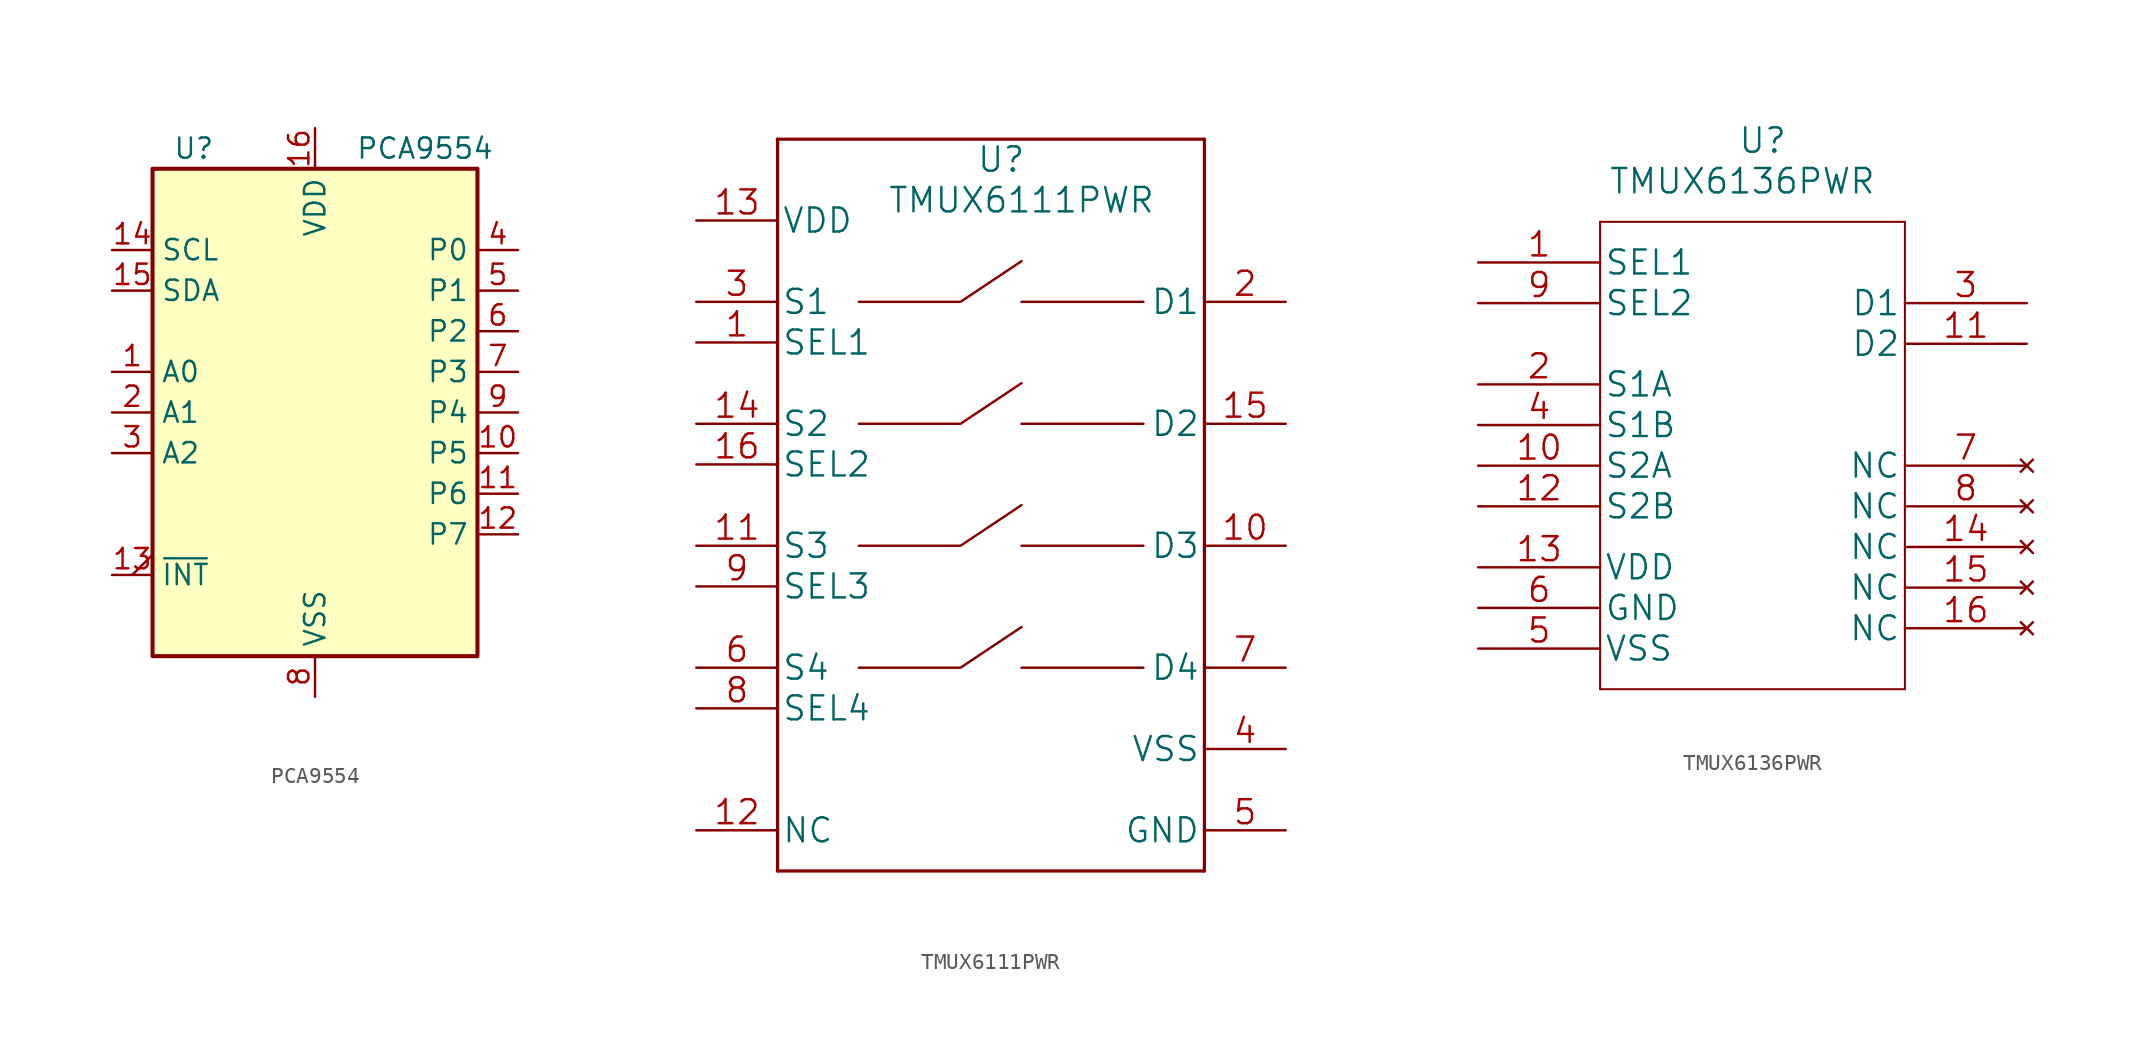
<source format=kicad_sym>
(kicad_symbol_lib
  (version 20211014)
  (generator kicad_symbol_editor)
  (symbol "PCA9554"
    (property "Reference" "U"
      (at -8.89 16.51 0)
      (effects (font (size 1.27 1.27)) (justify left)))
    (property "Value" "PCA9554"
      (at 2.54 16.51 0)
      (effects (font (size 1.27 1.27)) (justify left)))
    (symbol "PCA9554_0_1"
      (rectangle (start -10.16 15.24) (end 10.16 -15.24) (stroke (width 0.254) (type default) (color 0 0 0 0)) (fill (type background))))
    (symbol "PCA9554_1_1"
      (pin input line (at -12.7 2.54 0) (length 2.54) (name "A0" (effects (font (size 1.27 1.27)))) (number "1" (effects (font (size 1.27 1.27)))))
      (pin bidirectional line (at 12.7 -2.54 180) (length 2.54) (name "P5" (effects (font (size 1.27 1.27)))) (number "10" (effects (font (size 1.27 1.27)))))
      (pin bidirectional line (at 12.7 -5.08 180) (length 2.54) (name "P6" (effects (font (size 1.27 1.27)))) (number "11" (effects (font (size 1.27 1.27)))))
      (pin bidirectional line (at 12.7 -7.62 180) (length 2.54) (name "P7" (effects (font (size 1.27 1.27)))) (number "12" (effects (font (size 1.27 1.27)))))
      (pin open_collector output_low (at -12.7 -10.16 0) (length 2.54) (name "~{INT}" (effects (font (size 1.27 1.27)))) (number "13" (effects (font (size 1.27 1.27)))))
      (pin input line (at -12.7 10.16 0) (length 2.54) (name "SCL" (effects (font (size 1.27 1.27)))) (number "14" (effects (font (size 1.27 1.27)))))
      (pin bidirectional line (at -12.7 7.62 0) (length 2.54) (name "SDA" (effects (font (size 1.27 1.27)))) (number "15" (effects (font (size 1.27 1.27)))))
      (pin power_in line (at 0 17.78 270) (length 2.54) (name "VDD" (effects (font (size 1.27 1.27)))) (number "16" (effects (font (size 1.27 1.27)))))
      (pin input line (at -12.7 0 0) (length 2.54) (name "A1" (effects (font (size 1.27 1.27)))) (number "2" (effects (font (size 1.27 1.27)))))
      (pin input line (at -12.7 -2.54 0) (length 2.54) (name "A2" (effects (font (size 1.27 1.27)))) (number "3" (effects (font (size 1.27 1.27)))))
      (pin bidirectional line (at 12.7 10.16 180) (length 2.54) (name "P0" (effects (font (size 1.27 1.27)))) (number "4" (effects (font (size 1.27 1.27)))))
      (pin bidirectional line (at 12.7 7.62 180) (length 2.54) (name "P1" (effects (font (size 1.27 1.27)))) (number "5" (effects (font (size 1.27 1.27)))))
      (pin bidirectional line (at 12.7 5.08 180) (length 2.54) (name "P2" (effects (font (size 1.27 1.27)))) (number "6" (effects (font (size 1.27 1.27)))))
      (pin bidirectional line (at 12.7 2.54 180) (length 2.54) (name "P3" (effects (font (size 1.27 1.27)))) (number "7" (effects (font (size 1.27 1.27)))))
      (pin power_in line (at 0 -17.78 90) (length 2.54) (name "VSS" (effects (font (size 1.27 1.27)))) (number "8" (effects (font (size 1.27 1.27)))))
      (pin bidirectional line (at 12.7 0 180) (length 2.54) (name "P4" (effects (font (size 1.27 1.27)))) (number "9" (effects (font (size 1.27 1.27)))))))
  (symbol "TMUX6111PWR"
    (pin_names
      (offset 0.254))
    (property "Reference" "U"
      (at 5.08 21.59 0)
      (effects (font (size 1.524 1.524))))
    (property "Value" "TMUX6111PWR"
      (at 6.35 19.05 0)
      (effects (font (size 1.524 1.524))))
    (symbol "TMUX6111PWR_0_1"
      (polyline (pts (xy 6.35 12.7) (xy 13.97 12.7)) (stroke (width 0) (type default) (color 0 0 0 0)) (fill (type none)))
      (polyline (pts (xy 2.54 12.7) (xy -3.81 12.7) (xy 2.54 12.7) (xy 6.35 15.24)) (stroke (width 0) (type default) (color 0 0 0 0)) (fill (type none))))
    (symbol "TMUX6111PWR_1_1"
      (polyline (pts (xy -8.89 -22.86) (xy 17.78 -22.86)) (stroke (width 0.203) (type default) (color 0 0 0 0)) (fill (type none)))
      (polyline (pts (xy -8.89 22.86) (xy -8.89 -22.86)) (stroke (width 0.203) (type default) (color 0 0 0 0)) (fill (type none)))
      (polyline (pts (xy 6.35 -10.16) (xy 13.97 -10.16)) (stroke (width 0) (type default) (color 0 0 0 0)) (fill (type none)))
      (polyline (pts (xy 6.35 -2.54) (xy 13.97 -2.54)) (stroke (width 0) (type default) (color 0 0 0 0)) (fill (type none)))
      (polyline (pts (xy 6.35 5.08) (xy 13.97 5.08)) (stroke (width 0) (type default) (color 0 0 0 0)) (fill (type none)))
      (polyline (pts (xy 17.78 -22.86) (xy 17.78 22.86)) (stroke (width 0.203) (type default) (color 0 0 0 0)) (fill (type none)))
      (polyline (pts (xy 17.78 22.86) (xy -8.89 22.86)) (stroke (width 0.203) (type default) (color 0 0 0 0)) (fill (type none)))
      (polyline (pts (xy 2.54 -10.16) (xy -3.81 -10.16) (xy 2.54 -10.16) (xy 6.35 -7.62)) (stroke (width 0) (type default) (color 0 0 0 0)) (fill (type none)))
      (polyline (pts (xy 2.54 -2.54) (xy -3.81 -2.54) (xy 2.54 -2.54) (xy 6.35 0)) (stroke (width 0) (type default) (color 0 0 0 0)) (fill (type none)))
      (polyline (pts (xy 2.54 5.08) (xy -3.81 5.08) (xy 2.54 5.08) (xy 6.35 7.62)) (stroke (width 0) (type default) (color 0 0 0 0)) (fill (type none)))
      (pin input line (at -13.97 10.16 0) (length 5.08) (name "SEL1" (effects (font (size 1.499 1.499)))) (number "1" (effects (font (size 1.499 1.499)))))
      (pin bidirectional line (at 22.86 -2.54 180) (length 5.08) (name "D3" (effects (font (size 1.499 1.499)))) (number "10" (effects (font (size 1.499 1.499)))))
      (pin bidirectional line (at -13.97 -2.54 0) (length 5.08) (name "S3" (effects (font (size 1.499 1.499)))) (number "11" (effects (font (size 1.499 1.499)))))
      (pin unspecified line (at -13.97 -20.32 0) (length 5.08) (name "NC" (effects (font (size 1.499 1.499)))) (number "12" (effects (font (size 1.499 1.499)))))
      (pin power_in line (at -13.97 17.78 0) (length 5.08) (name "VDD" (effects (font (size 1.499 1.499)))) (number "13" (effects (font (size 1.499 1.499)))))
      (pin bidirectional line (at -13.97 5.08 0) (length 5.08) (name "S2" (effects (font (size 1.499 1.499)))) (number "14" (effects (font (size 1.499 1.499)))))
      (pin bidirectional line (at 22.86 5.08 180) (length 5.08) (name "D2" (effects (font (size 1.499 1.499)))) (number "15" (effects (font (size 1.499 1.499)))))
      (pin input line (at -13.97 2.54 0) (length 5.08) (name "SEL2" (effects (font (size 1.499 1.499)))) (number "16" (effects (font (size 1.499 1.499)))))
      (pin bidirectional line (at 22.86 12.7 180) (length 5.08) (name "D1" (effects (font (size 1.499 1.499)))) (number "2" (effects (font (size 1.499 1.499)))))
      (pin bidirectional line (at -13.97 12.7 0) (length 5.08) (name "S1" (effects (font (size 1.499 1.499)))) (number "3" (effects (font (size 1.499 1.499)))))
      (pin power_in line (at 22.86 -15.24 180) (length 5.08) (name "VSS" (effects (font (size 1.499 1.499)))) (number "4" (effects (font (size 1.499 1.499)))))
      (pin power_in line (at 22.86 -20.32 180) (length 5.08) (name "GND" (effects (font (size 1.499 1.499)))) (number "5" (effects (font (size 1.499 1.499)))))
      (pin bidirectional line (at -13.97 -10.16 0) (length 5.08) (name "S4" (effects (font (size 1.499 1.499)))) (number "6" (effects (font (size 1.499 1.499)))))
      (pin bidirectional line (at 22.86 -10.16 180) (length 5.08) (name "D4" (effects (font (size 1.499 1.499)))) (number "7" (effects (font (size 1.499 1.499)))))
      (pin input line (at -13.97 -12.7 0) (length 5.08) (name "SEL4" (effects (font (size 1.499 1.499)))) (number "8" (effects (font (size 1.499 1.499)))))
      (pin input line (at -13.97 -5.08 0) (length 5.08) (name "SEL3" (effects (font (size 1.499 1.499)))) (number "9" (effects (font (size 1.499 1.499)))))))
  (symbol "TMUX6136PWR"
    (pin_names
      (offset 0.254))
    (property "Reference" "U"
      (at 17.78 7.62 0)
      (effects (font (size 1.524 1.524))))
    (property "Value" "TMUX6136PWR"
      (at 16.51 5.08 0)
      (effects (font (size 1.524 1.524))))
    (property "Datasheet" ""
      (at 0 0 0)
      (effects (font (size 1.524 1.524))))
    (property "ki_locked" ""
      (at 0 0 0)
      (effects (font (size 1.27 1.27))))
    (symbol "TMUX6136PWR_1_1"
      (polyline (pts (xy 7.62 -26.67) (xy 26.67 -26.67)) (stroke (width 0.127) (type default) (color 0 0 0 0)) (fill (type none)))
      (polyline (pts (xy 7.62 2.54) (xy 7.62 -26.67)) (stroke (width 0.127) (type default) (color 0 0 0 0)) (fill (type none)))
      (polyline (pts (xy 26.67 -26.67) (xy 26.67 2.54)) (stroke (width 0.127) (type default) (color 0 0 0 0)) (fill (type none)))
      (polyline (pts (xy 26.67 2.54) (xy 20.32 2.54) (xy 7.62 2.54)) (stroke (width 0.127) (type default) (color 0 0 0 0)) (fill (type none)))
      (pin input line (at 0 0 0) (length 7.62) (name "SEL1" (effects (font (size 1.499 1.499)))) (number "1" (effects (font (size 1.499 1.499)))))
      (pin bidirectional line (at 0 -12.7 0) (length 7.62) (name "S2A" (effects (font (size 1.499 1.499)))) (number "10" (effects (font (size 1.499 1.499)))))
      (pin bidirectional line (at 34.29 -5.08 180) (length 7.62) (name "D2" (effects (font (size 1.499 1.499)))) (number "11" (effects (font (size 1.499 1.499)))))
      (pin bidirectional line (at 0 -15.24 0) (length 7.62) (name "S2B" (effects (font (size 1.499 1.499)))) (number "12" (effects (font (size 1.499 1.499)))))
      (pin power_in line (at 0 -19.05 0) (length 7.62) (name "VDD" (effects (font (size 1.499 1.499)))) (number "13" (effects (font (size 1.499 1.499)))))
      (pin no_connect line (at 34.29 -17.78 180) (length 7.62) (name "NC" (effects (font (size 1.499 1.499)))) (number "14" (effects (font (size 1.499 1.499)))))
      (pin no_connect line (at 34.29 -20.32 180) (length 7.62) (name "NC" (effects (font (size 1.499 1.499)))) (number "15" (effects (font (size 1.499 1.499)))))
      (pin no_connect line (at 34.29 -22.86 180) (length 7.62) (name "NC" (effects (font (size 1.499 1.499)))) (number "16" (effects (font (size 1.499 1.499)))))
      (pin bidirectional line (at 0 -7.62 0) (length 7.62) (name "S1A" (effects (font (size 1.499 1.499)))) (number "2" (effects (font (size 1.499 1.499)))))
      (pin bidirectional line (at 34.29 -2.54 180) (length 7.62) (name "D1" (effects (font (size 1.499 1.499)))) (number "3" (effects (font (size 1.499 1.499)))))
      (pin bidirectional line (at 0 -10.16 0) (length 7.62) (name "S1B" (effects (font (size 1.499 1.499)))) (number "4" (effects (font (size 1.499 1.499)))))
      (pin power_in line (at 0 -24.13 0) (length 7.62) (name "VSS" (effects (font (size 1.499 1.499)))) (number "5" (effects (font (size 1.499 1.499)))))
      (pin power_in line (at 0 -21.59 0) (length 7.62) (name "GND" (effects (font (size 1.499 1.499)))) (number "6" (effects (font (size 1.499 1.499)))))
      (pin no_connect line (at 34.29 -12.7 180) (length 7.62) (name "NC" (effects (font (size 1.499 1.499)))) (number "7" (effects (font (size 1.499 1.499)))))
      (pin no_connect line (at 34.29 -15.24 180) (length 7.62) (name "NC" (effects (font (size 1.499 1.499)))) (number "8" (effects (font (size 1.499 1.499)))))
      (pin input line (at 0 -2.54 0) (length 7.62) (name "SEL2" (effects (font (size 1.499 1.499)))) (number "9" (effects (font (size 1.499 1.499))))))))
</source>
